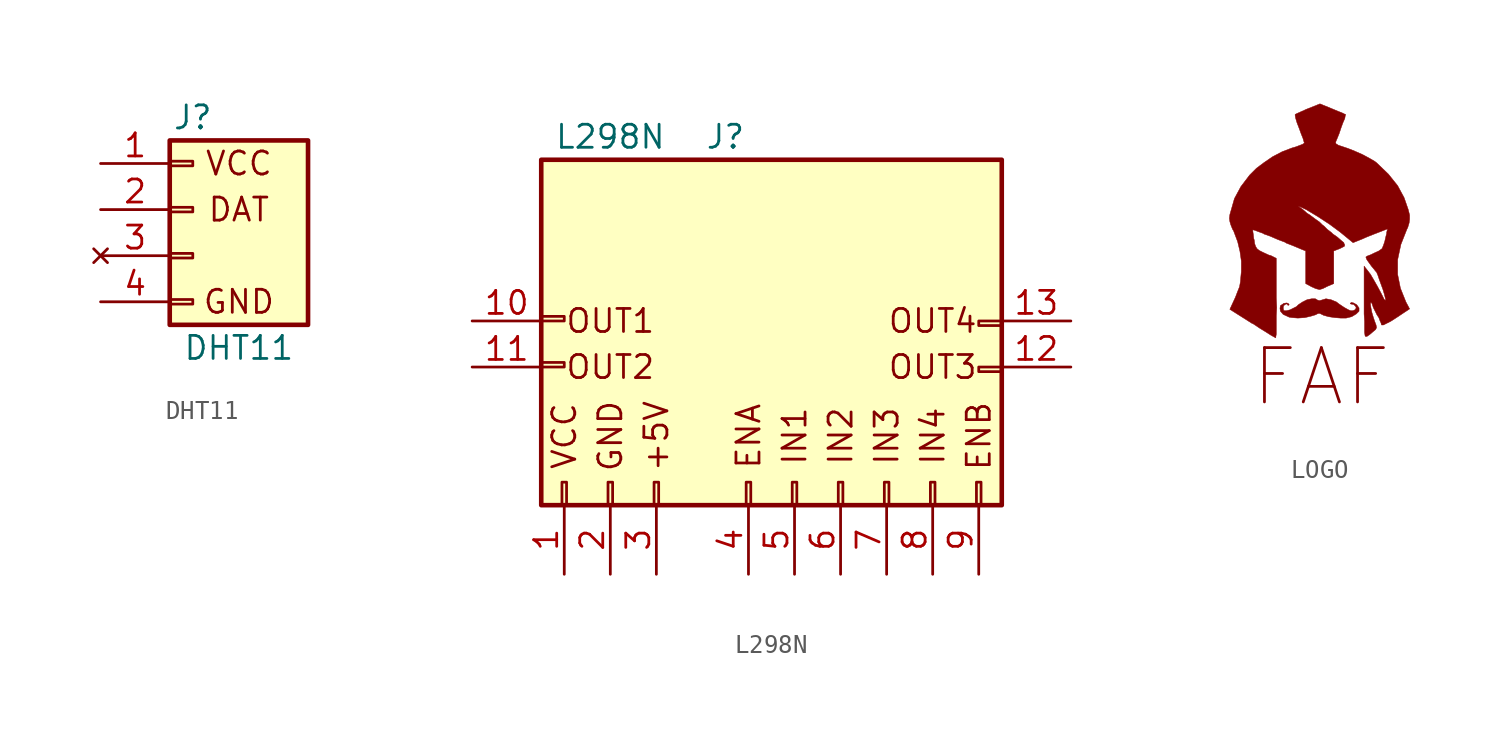
<source format=kicad_sym>
(kicad_symbol_lib
  (version 20211014)
  (generator kicad_symbol_editor)
  (symbol "DHT11"
    (pin_names
      (offset 1.016) hide)
    (property "Reference" "J"
      (at -2.54 5.08 0)
      (effects (font (size 1.27 1.27))))
    (property "Value" "DHT11"
      (at 0 -7.62 0)
      (effects (font (size 1.27 1.27))))
    (symbol "DHT11_0_0"
      (text "DAT" (at 0 0 0) (effects (font (size 1.27 1.27))))
      (text "GND" (at 0 -5.08 0) (effects (font (size 1.27 1.27))))
      (text "VCC" (at 0 2.54 0) (effects (font (size 1.27 1.27)))))
    (symbol "DHT11_1_1"
      (rectangle (start -3.81 -4.953) (end -2.54 -5.207) (stroke (width 0.152) (type default) (color 0 0 0 0)) (fill (type none)))
      (rectangle (start -3.81 -2.413) (end -2.54 -2.667) (stroke (width 0.152) (type default) (color 0 0 0 0)) (fill (type none)))
      (rectangle (start -3.81 0.127) (end -2.54 -0.127) (stroke (width 0.152) (type default) (color 0 0 0 0)) (fill (type none)))
      (rectangle (start -3.81 2.667) (end -2.54 2.413) (stroke (width 0.152) (type default) (color 0 0 0 0)) (fill (type none)))
      (rectangle (start -3.81 3.81) (end 3.81 -6.35) (stroke (width 0.254) (type default) (color 0 0 0 0)) (fill (type background)))
      (pin power_in line (at -7.62 2.54 0) (length 3.81) (name "Pin_1" (effects (font (size 1.27 1.27)))) (number "1" (effects (font (size 1.27 1.27)))))
      (pin output line (at -7.62 0 0) (length 3.81) (name "Pin_2" (effects (font (size 1.27 1.27)))) (number "2" (effects (font (size 1.27 1.27)))))
      (pin no_connect line (at -7.62 -2.54 0) (length 3.81) (name "Pin_3" (effects (font (size 1.27 1.27)))) (number "3" (effects (font (size 1.27 1.27)))))
      (pin power_in line (at -7.62 -5.08 0) (length 3.81) (name "Pin_4" (effects (font (size 1.27 1.27)))) (number "4" (effects (font (size 1.27 1.27)))))))
  (symbol "L298N"
    (pin_names
      (offset 1.016) hide)
    (property "Reference" "J"
      (at -2.54 11.43 0)
      (effects (font (size 1.27 1.27))))
    (property "Value" "L298N"
      (at -8.89 11.43 0)
      (effects (font (size 1.27 1.27))))
    (symbol "L298N_0_0"
      (text "+5V" (at -6.35 -5.08 900) (effects (font (size 1.27 1.27))))
      (text "ENA" (at -1.27 -5.08 900) (effects (font (size 1.27 1.27))))
      (text "ENB" (at 11.43 -5.08 900) (effects (font (size 1.27 1.27))))
      (text "GND" (at -8.89 -5.08 900) (effects (font (size 1.27 1.27))))
      (text "IN1" (at 1.27 -5.08 900) (effects (font (size 1.27 1.27))))
      (text "IN2" (at 3.81 -5.08 900) (effects (font (size 1.27 1.27))))
      (text "IN3" (at 6.35 -5.08 900) (effects (font (size 1.27 1.27))))
      (text "IN4" (at 8.89 -5.08 900) (effects (font (size 1.27 1.27))))
      (text "OUT1" (at -8.89 1.27 0) (effects (font (size 1.27 1.27))))
      (text "OUT2" (at -8.89 -1.27 0) (effects (font (size 1.27 1.27))))
      (text "OUT3" (at 8.89 -1.27 0) (effects (font (size 1.27 1.27))))
      (text "OUT4" (at 8.89 1.27 0) (effects (font (size 1.27 1.27))))
      (text "VCC" (at -11.43 -5.08 900) (effects (font (size 1.27 1.27)))))
    (symbol "L298N_1_1"
      (rectangle (start -12.7 -1.016) (end -11.43 -1.27) (stroke (width 0.152) (type default) (color 0 0 0 0)) (fill (type none)))
      (rectangle (start -12.7 1.27) (end -11.43 1.524) (stroke (width 0.152) (type default) (color 0 0 0 0)) (fill (type none)))
      (rectangle (start -12.7 10.16) (end 12.7 -8.89) (stroke (width 0.254) (type default) (color 0 0 0 0)) (fill (type background)))
      (rectangle (start -11.303 -8.89) (end -11.557 -7.62) (stroke (width 0.152) (type default) (color 0 0 0 0)) (fill (type none)))
      (rectangle (start -9.017 -8.89) (end -8.763 -7.62) (stroke (width 0.152) (type default) (color 0 0 0 0)) (fill (type none)))
      (rectangle (start -6.223 -8.89) (end -6.477 -7.62) (stroke (width 0.152) (type default) (color 0 0 0 0)) (fill (type none)))
      (rectangle (start -1.143 -8.89) (end -1.397 -7.62) (stroke (width 0.152) (type default) (color 0 0 0 0)) (fill (type none)))
      (rectangle (start 1.143 -8.89) (end 1.397 -7.62) (stroke (width 0.152) (type default) (color 0 0 0 0)) (fill (type none)))
      (rectangle (start 3.937 -8.89) (end 3.683 -7.62) (stroke (width 0.152) (type default) (color 0 0 0 0)) (fill (type none)))
      (rectangle (start 6.223 -8.89) (end 6.477 -7.62) (stroke (width 0.152) (type default) (color 0 0 0 0)) (fill (type none)))
      (rectangle (start 9.017 -8.89) (end 8.763 -7.62) (stroke (width 0.152) (type default) (color 0 0 0 0)) (fill (type none)))
      (rectangle (start 11.303 -8.89) (end 11.557 -7.62) (stroke (width 0.152) (type default) (color 0 0 0 0)) (fill (type none)))
      (rectangle (start 12.7 -1.27) (end 11.43 -1.524) (stroke (width 0.152) (type default) (color 0 0 0 0)) (fill (type none)))
      (rectangle (start 12.7 1.016) (end 11.43 1.27) (stroke (width 0.152) (type default) (color 0 0 0 0)) (fill (type none)))
      (pin power_in line (at -11.43 -12.7 90) (length 3.81) (name "Pin_1" (effects (font (size 1.27 1.27)))) (number "1" (effects (font (size 1.27 1.27)))))
      (pin bidirectional line (at -16.51 1.27 0) (length 3.81) (name "Pin_10" (effects (font (size 1.27 1.27)))) (number "10" (effects (font (size 1.27 1.27)))))
      (pin bidirectional line (at -16.51 -1.27 0) (length 3.81) (name "Pin_11" (effects (font (size 1.27 1.27)))) (number "11" (effects (font (size 1.27 1.27)))))
      (pin bidirectional line (at 16.51 -1.27 180) (length 3.81) (name "Pin_12" (effects (font (size 1.27 1.27)))) (number "12" (effects (font (size 1.27 1.27)))))
      (pin bidirectional line (at 16.51 1.27 180) (length 3.81) (name "Pin_13" (effects (font (size 1.27 1.27)))) (number "13" (effects (font (size 1.27 1.27)))))
      (pin power_in line (at -8.89 -12.7 90) (length 3.81) (name "Pin_2" (effects (font (size 1.27 1.27)))) (number "2" (effects (font (size 1.27 1.27)))))
      (pin power_in line (at -6.35 -12.7 90) (length 3.81) (name "Pin_3" (effects (font (size 1.27 1.27)))) (number "3" (effects (font (size 1.27 1.27)))))
      (pin input line (at -1.27 -12.7 90) (length 3.81) (name "Pin_4" (effects (font (size 1.27 1.27)))) (number "4" (effects (font (size 1.27 1.27)))))
      (pin input line (at 1.27 -12.7 90) (length 3.81) (name "Pin_5" (effects (font (size 1.27 1.27)))) (number "5" (effects (font (size 1.27 1.27)))))
      (pin input line (at 3.81 -12.7 90) (length 3.81) (name "Pin_6" (effects (font (size 1.27 1.27)))) (number "6" (effects (font (size 1.27 1.27)))))
      (pin input line (at 6.35 -12.7 90) (length 3.81) (name "Pin_7" (effects (font (size 1.27 1.27)))) (number "7" (effects (font (size 1.27 1.27)))))
      (pin input line (at 8.89 -12.7 90) (length 3.81) (name "Pin_8" (effects (font (size 1.27 1.27)))) (number "8" (effects (font (size 1.27 1.27)))))
      (pin input line (at 11.43 -12.7 90) (length 3.81) (name "Pin_9" (effects (font (size 1.27 1.27)))) (number "9" (effects (font (size 1.27 1.27)))))))
  (symbol "LOGO"
    (pin_names
      (offset 1.016))
    (property "Reference" "#G?"
      (at -1.27 -10.16 0)
      (effects (font (size 1.524 1.524)) hide))
    (symbol "LOGO_0_0"
      (polyline (pts (xy 1.676 -3.023) (xy 1.93 -2.87) (xy 2.083 -2.718) (xy 2.083 -2.54) (xy 1.956 -2.362) (xy 1.778 -2.261) (xy 1.651 -2.235) (xy 1.6 -2.286) (xy 1.6 -2.311) (xy 1.702 -2.337) (xy 1.778 -2.337) (xy 1.88 -2.438) (xy 1.93 -2.54) (xy 1.854 -2.642) (xy 1.803 -2.667) (xy 1.727 -2.692) (xy 1.626 -2.692) (xy 1.499 -2.642) (xy 1.27 -2.515) (xy 0.965 -2.311) (xy 0.838 -2.21) (xy 0.533 -2.083) (xy 0.254 -2.032) (xy 0 -2.108) (xy -0.102 -2.134) (xy -0.203 -2.108) (xy -0.33 -2.032) (xy -0.533 -2.032) (xy -0.787 -2.083) (xy -1.041 -2.21) (xy -1.27 -2.362) (xy -1.372 -2.464) (xy -1.727 -2.642) (xy -1.93 -2.692) (xy -2.032 -2.692) (xy -2.083 -2.667) (xy -2.108 -2.54) (xy -2.083 -2.413) (xy -1.981 -2.337) (xy -1.93 -2.311) (xy -1.854 -2.362) (xy -1.854 -2.388) (xy -1.803 -2.388) (xy -1.778 -2.362) (xy -1.803 -2.311) (xy -1.905 -2.261) (xy -2.083 -2.286) (xy -2.108 -2.311) (xy -2.261 -2.413) (xy -2.286 -2.565) (xy -2.261 -2.718) (xy -2.108 -2.896) (xy -1.778 -3.048) (xy -1.626 -3.073) (xy -1.295 -3.099) (xy -0.914 -3.073) (xy -0.584 -2.997) (xy -0.33 -2.921) (xy -0.178 -2.845) (xy -0.076 -2.845) (xy 0.127 -2.946) (xy 0.406 -3.023) (xy 0.737 -3.073) (xy 1.067 -3.099) (xy 1.372 -3.099) (xy 1.676 -3.023)) (stroke (width 0.025) (type default) (color 0 0 0 0)) (fill (type outline)))
      (polyline (pts (xy -2.515 -4.14) (xy -2.489 -3.988) (xy -2.489 -2.972) (xy -2.464 -2.515) (xy -2.489 -1.981) (xy -2.489 0.203) (xy -2.794 0.356) (xy -2.896 0.381) (xy -3.226 0.533) (xy -3.429 0.635) (xy -3.556 0.737) (xy -3.632 0.864) (xy -3.683 1.016) (xy -3.708 1.219) (xy -3.734 1.295) (xy -3.759 1.524) (xy -3.785 1.702) (xy -3.785 1.778) (xy -3.683 1.753) (xy -3.48 1.676) (xy -3.2 1.575) (xy -3.175 1.549) (xy -2.819 1.422) (xy -2.413 1.245) (xy -2.007 1.092) (xy -1.93 1.041) (xy -1.6 0.914) (xy -1.295 0.787) (xy -1.118 0.711) (xy -0.864 0.61) (xy -0.864 -1.194) (xy -0.533 -1.372) (xy -0.305 -1.473) (xy -0.102 -1.524) (xy 0.076 -1.473) (xy 0.33 -1.346) (xy 0.686 -1.194) (xy 0.686 0.61) (xy 1.016 0.737) (xy 1.27 0.864) (xy 1.295 0.94) (xy 1.245 1.041) (xy 1.245 1.067) (xy 1.092 1.194) (xy 0.889 1.372) (xy 0.635 1.549) (xy 0.559 1.626) (xy 0.33 1.803) (xy 0.152 1.981) (xy 0.051 2.057) (xy -0.102 2.21) (xy -0.356 2.388) (xy -0.66 2.616) (xy -0.787 2.692) (xy -1.016 2.896) (xy -1.194 3.023) (xy -1.27 3.099) (xy -1.219 3.073) (xy -0.838 2.896) (xy -0.203 2.515) (xy 0.457 2.083) (xy 1.041 1.651) (xy 1.753 1.067) (xy 2.261 1.27) (xy 2.489 1.372) (xy 2.87 1.524) (xy 3.2 1.651) (xy 3.658 1.829) (xy 3.607 1.626) (xy 3.607 1.575) (xy 3.556 1.372) (xy 3.505 1.143) (xy 3.429 0.914) (xy 3.353 0.737) (xy 3.175 0.61) (xy 2.896 0.483) (xy 2.743 0.406) (xy 2.54 0.33) (xy 2.464 0.279) (xy 2.464 0.254) (xy 2.515 0.127) (xy 2.769 -0.229) (xy 2.896 -0.381) (xy 2.997 -0.508) (xy 3.048 -0.559) (xy 3.124 -0.737) (xy 3.2 -0.965) (xy 3.404 -1.524) (xy 3.48 -1.778) (xy 3.531 -1.981) (xy 3.556 -2.108) (xy 3.531 -2.108) (xy 3.48 -2.083) (xy 3.302 -1.727) (xy 3.099 -1.346) (xy 2.896 -0.991) (xy 2.718 -0.686) (xy 2.565 -0.483) (xy 2.362 -0.229) (xy 2.362 -2.87) (xy 2.388 -3.277) (xy 2.388 -3.886) (xy 2.413 -4.064) (xy 2.438 -4.115) (xy 2.515 -4.115) (xy 2.667 -4.013) (xy 2.845 -3.861) (xy 2.997 -3.734) (xy 3.048 -3.632) (xy 3.048 -3.607) (xy 3.023 -3.48) (xy 2.946 -3.277) (xy 2.87 -3.048) (xy 2.794 -2.794) (xy 2.743 -2.54) (xy 2.718 -2.362) (xy 2.718 -2.261) (xy 2.743 -2.235) (xy 2.794 -2.286) (xy 2.87 -2.515) (xy 3.073 -2.921) (xy 3.175 -3.073) (xy 3.251 -3.277) (xy 3.302 -3.378) (xy 3.302 -3.404) (xy 3.327 -3.48) (xy 3.429 -3.48) (xy 3.835 -3.277) (xy 4.191 -3.048) (xy 4.877 -2.591) (xy 4.674 -2.21) (xy 4.369 -1.448) (xy 4.216 -0.686) (xy 4.216 0.127) (xy 4.394 0.965) (xy 4.724 1.803) (xy 4.775 1.905) (xy 4.851 2.159) (xy 4.877 2.362) (xy 4.877 2.591) (xy 4.801 2.896) (xy 4.572 3.556) (xy 4.216 4.216) (xy 3.708 4.851) (xy 3.048 5.486) (xy 2.946 5.563) (xy 2.642 5.74) (xy 2.261 5.944) (xy 1.854 6.121) (xy 1.473 6.274) (xy 0.94 6.452) (xy 0.813 6.528) (xy 0.787 6.604) (xy 0.813 6.68) (xy 0.889 6.858) (xy 0.991 7.112) (xy 1.092 7.417) (xy 1.194 7.696) (xy 1.295 7.925) (xy 1.321 8.077) (xy 1.346 8.153) (xy 1.321 8.153) (xy 1.168 8.23) (xy 0.914 8.331) (xy 0.61 8.458) (xy -0.076 8.738) (xy -0.838 8.433) (xy -1.118 8.306) (xy -1.346 8.204) (xy -1.448 8.153) (xy -1.448 8.103) (xy -1.422 7.95) (xy -1.346 7.696) (xy -1.219 7.366) (xy -1.118 7.087) (xy -1.016 6.833) (xy -0.965 6.655) (xy -0.94 6.579) (xy -0.991 6.528) (xy -1.168 6.452) (xy -1.448 6.35) (xy -1.626 6.299) (xy -2.159 6.096) (xy -2.692 5.817) (xy -3.175 5.486) (xy -3.581 5.182) (xy -3.962 4.801) (xy -4.445 4.166) (xy -4.801 3.505) (xy -5.055 2.616) (xy -5.08 2.413) (xy -5.055 2.235) (xy -5.004 2.057) (xy -4.902 1.803) (xy -4.851 1.727) (xy -4.623 1.118) (xy -4.496 0.584) (xy -4.42 0.051) (xy -4.42 -0.533) (xy -4.445 -0.787) (xy -4.47 -1.092) (xy -4.521 -1.372) (xy -4.623 -1.626) (xy -4.75 -1.956) (xy -5.055 -2.616) (xy -3.81 -3.404) (xy -3.785 -3.404) (xy -3.404 -3.658) (xy -3.073 -3.861) (xy -2.794 -4.039) (xy -2.616 -4.14) (xy -2.515 -4.191) (xy -2.515 -4.14)) (stroke (width 0.025) (type default) (color 0 0 0 0)) (fill (type outline)))
      (text "FAF" (at 0 -6.35 0) (effects (font (size 3 3)))))))
</source>
